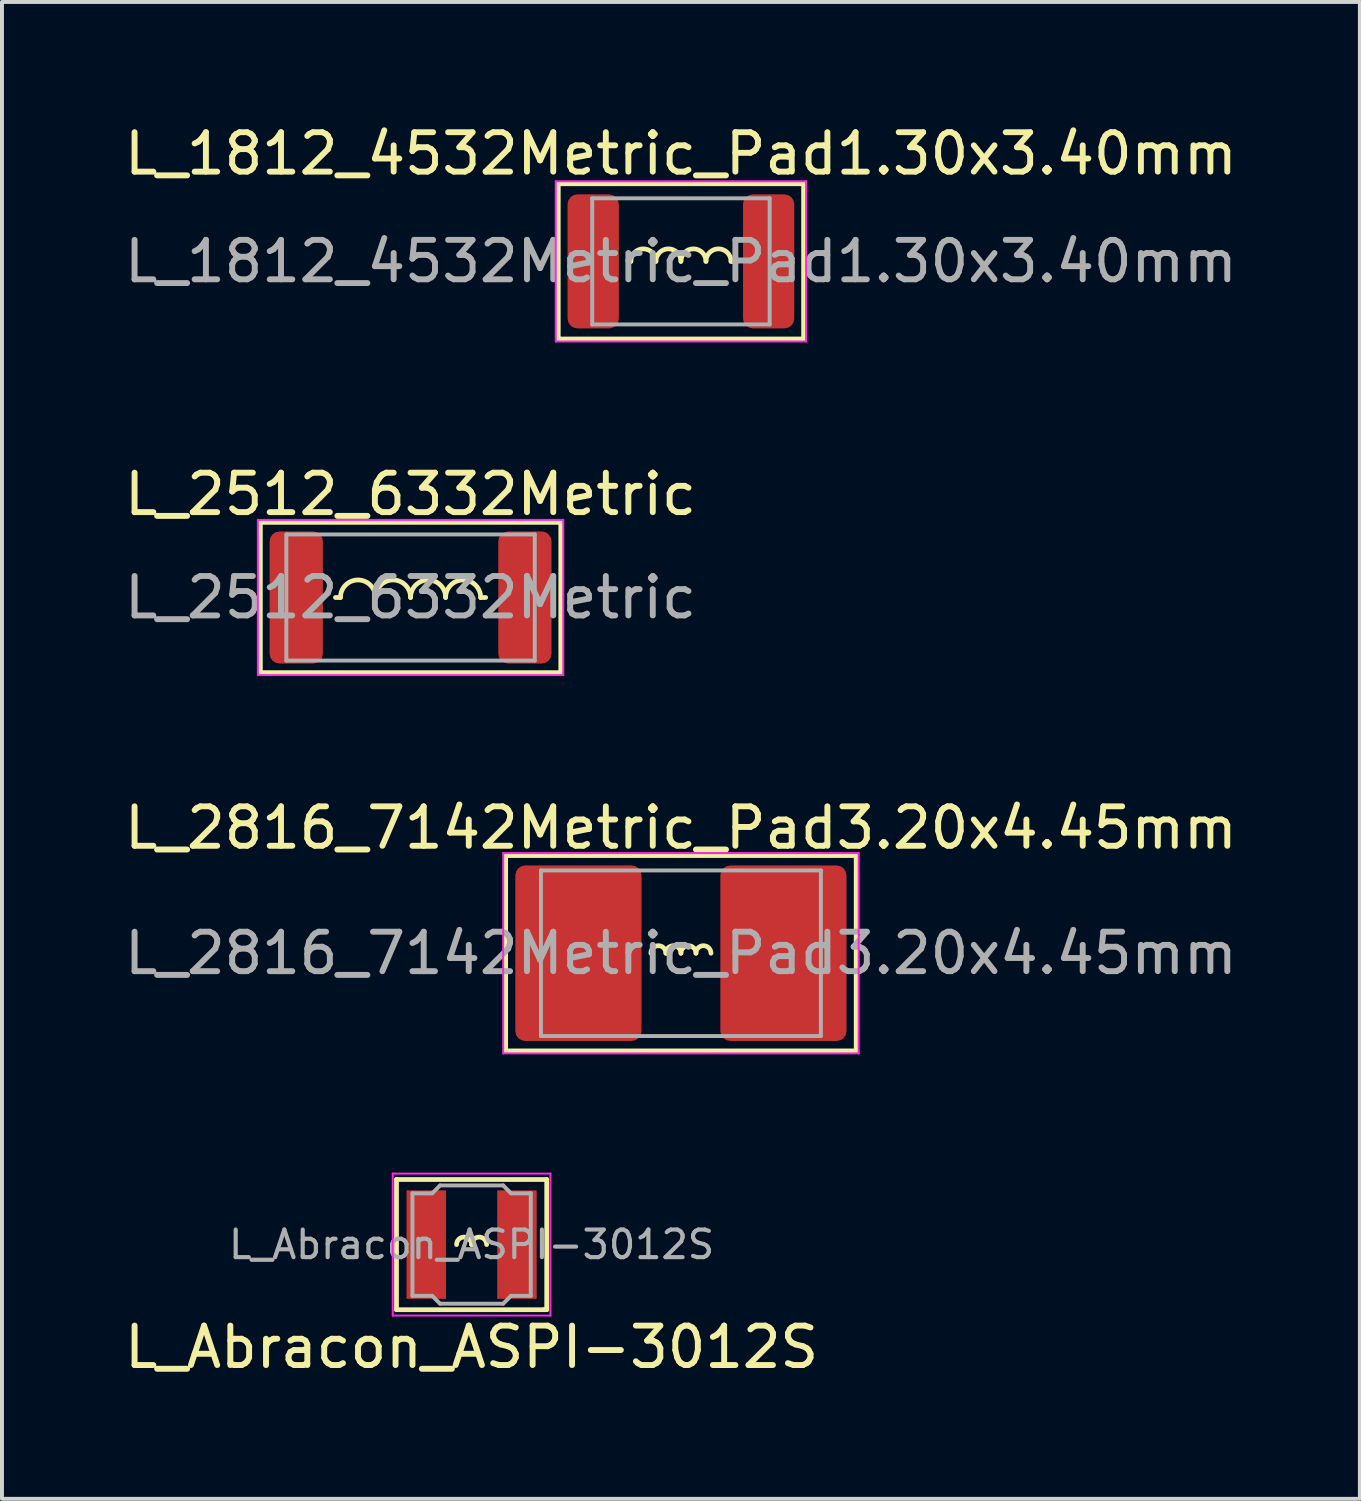
<source format=kicad_pcb>
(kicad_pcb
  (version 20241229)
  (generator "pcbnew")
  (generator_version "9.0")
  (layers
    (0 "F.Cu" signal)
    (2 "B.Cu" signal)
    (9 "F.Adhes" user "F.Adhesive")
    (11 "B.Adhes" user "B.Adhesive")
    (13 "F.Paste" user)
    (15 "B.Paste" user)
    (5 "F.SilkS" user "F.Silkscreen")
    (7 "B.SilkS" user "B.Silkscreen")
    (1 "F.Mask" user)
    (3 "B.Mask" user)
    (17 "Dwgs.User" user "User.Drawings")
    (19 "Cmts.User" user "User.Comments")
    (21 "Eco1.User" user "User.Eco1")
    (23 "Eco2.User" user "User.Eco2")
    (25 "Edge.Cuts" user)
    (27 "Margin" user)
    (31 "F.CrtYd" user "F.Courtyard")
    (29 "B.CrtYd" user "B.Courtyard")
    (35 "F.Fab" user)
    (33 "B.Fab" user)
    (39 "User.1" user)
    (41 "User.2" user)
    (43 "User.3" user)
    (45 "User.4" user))
  (footprint "L_1812_4532Metric_Pad1.30x3.40mm"
    (layer "F.Cu")
    (at 14.22 3.579)
    (property "Reference" "L_1812_4532Metric_Pad1.30x3.40mm" (at 0 -2.731 0) (layer "F.SilkS") (effects (font (size 1 1) (thickness 0.15))))
    (attr smd)
    (fp_line (start -3.111 -1.968) (end 3.111 -1.968) (stroke (width 0.12) (type solid)) (layer "F.SilkS"))
    (fp_line (start -3.111 1.968) (end -3.111 -1.968) (stroke (width 0.12) (type solid)) (layer "F.SilkS"))
    (fp_line (start -1.333 0) (end -1.27 0) (stroke (width 0.12) (type solid)) (layer "F.SilkS"))
    (fp_line (start 1.333 0) (end 1.27 0) (stroke (width 0.12) (type solid)) (layer "F.SilkS"))
    (fp_line (start 3.111 -1.968) (end 3.111 1.968) (stroke (width 0.12) (type solid)) (layer "F.SilkS"))
    (fp_line (start 3.111 1.968) (end -3.111 1.968) (stroke (width 0.12) (type solid)) (layer "F.SilkS"))
    (fp_arc (start -1.27 0) (mid -0.9525 -0.3175) (end -0.635 0) (stroke (width 0.12) (type solid)) (layer "F.SilkS"))
    (fp_arc (start -0.635 0) (mid -0.3175 -0.3175) (end 0 0) (stroke (width 0.12) (type solid)) (layer "F.SilkS"))
    (fp_arc (start 0 0) (mid 0.3175 -0.3175) (end 0.635 0) (stroke (width 0.12) (type solid)) (layer "F.SilkS"))
    (fp_arc (start 0.635 0) (mid 0.9525 -0.3175) (end 1.27 0) (stroke (width 0.12) (type solid)) (layer "F.SilkS"))
    (fp_line (start -3.175 -2.032) (end 3.175 -2.032) (stroke (width 0.05) (type solid)) (layer "F.CrtYd"))
    (fp_line (start -3.175 2.032) (end -3.175 -2.032) (stroke (width 0.05) (type solid)) (layer "F.CrtYd"))
    (fp_line (start 3.175 -2.032) (end 3.175 2.032) (stroke (width 0.05) (type solid)) (layer "F.CrtYd"))
    (fp_line (start 3.175 2.032) (end -3.175 2.032) (stroke (width 0.05) (type solid)) (layer "F.CrtYd"))
    (fp_line (start -2.25 -1.6) (end 2.25 -1.6) (stroke (width 0.1) (type solid)) (layer "F.Fab"))
    (fp_line (start -2.25 1.6) (end -2.25 -1.6) (stroke (width 0.1) (type solid)) (layer "F.Fab"))
    (fp_line (start 2.25 -1.6) (end 2.25 1.6) (stroke (width 0.1) (type solid)) (layer "F.Fab"))
    (fp_line (start 2.25 1.6) (end -2.25 1.6) (stroke (width 0.1) (type solid)) (layer "F.Fab"))
    (fp_text user "${REFERENCE}" (at 0 0 0) (layer "F.Fab") (effects (font (size 1 1) (thickness 0.15))))
    (pad "1" smd roundrect (at -2.225 0) (size 1.3 3.4) (layers "F.Cu" "F.Mask" "F.Paste") (roundrect_rratio 0.192))
    (pad "2" smd roundrect (at 2.225 0) (size 1.3 3.4) (layers "F.Cu" "F.Mask" "F.Paste") (roundrect_rratio 0.192)))
  (footprint "L_Abracon_ASPI-3012S"
    (layer "F.Cu")
    (at 8.911 28.516)
    (property "Reference" "L_Abracon_ASPI-3012S" (at 0 2.6 0) (layer "F.SilkS") (effects (font (size 1 1) (thickness 0.15))))
    (attr smd)
    (fp_line (start -1.905 -1.651) (end -1.905 1.651) (stroke (width 0.12) (type solid)) (layer "F.SilkS"))
    (fp_line (start -1.905 1.651) (end 1.841 1.651) (stroke (width 0.12) (type solid)) (layer "F.SilkS"))
    (fp_line (start 1.841 1.651) (end 1.905 1.651) (stroke (width 0.12) (type solid)) (layer "F.SilkS"))
    (fp_line (start 1.905 -1.651) (end -1.905 -1.651) (stroke (width 0.12) (type solid)) (layer "F.SilkS"))
    (fp_line (start 1.905 1.651) (end 1.905 -1.651) (stroke (width 0.12) (type solid)) (layer "F.SilkS"))
    (fp_arc (start -0.381 0) (mid -0.1905 -0.1905) (end 0 0) (stroke (width 0.12) (type solid)) (layer "F.SilkS"))
    (fp_arc (start 0 0) (mid 0.1905 -0.1905) (end 0.381 0) (stroke (width 0.12) (type solid)) (layer "F.SilkS"))
    (fp_line (start -2 -1.8) (end -2 1.8) (stroke (width 0.05) (type solid)) (layer "F.CrtYd"))
    (fp_line (start -2 1.8) (end 2 1.8) (stroke (width 0.05) (type solid)) (layer "F.CrtYd"))
    (fp_line (start 2 -1.8) (end -2 -1.8) (stroke (width 0.05) (type solid)) (layer "F.CrtYd"))
    (fp_line (start 2 1.8) (end 2 -1.8) (stroke (width 0.05) (type solid)) (layer "F.CrtYd"))
    (fp_line (start -1.5 -1.3) (end -1.5 1.3) (stroke (width 0.1) (type solid)) (layer "F.Fab"))
    (fp_line (start -1.5 1.3) (end -1 1.3) (stroke (width 0.1) (type solid)) (layer "F.Fab"))
    (fp_line (start -1 -1.3) (end -1.5 -1.3) (stroke (width 0.1) (type solid)) (layer "F.Fab"))
    (fp_line (start -1 1.3) (end -0.8 1.5) (stroke (width 0.1) (type solid)) (layer "F.Fab"))
    (fp_line (start -0.8 -1.5) (end -1 -1.3) (stroke (width 0.1) (type solid)) (layer "F.Fab"))
    (fp_line (start -0.8 1.5) (end 0.8 1.5) (stroke (width 0.1) (type solid)) (layer "F.Fab"))
    (fp_line (start 0.8 -1.5) (end -0.8 -1.5) (stroke (width 0.1) (type solid)) (layer "F.Fab"))
    (fp_line (start 0.8 1.5) (end 1 1.3) (stroke (width 0.1) (type solid)) (layer "F.Fab"))
    (fp_line (start 1 -1.3) (end 0.8 -1.5) (stroke (width 0.1) (type solid)) (layer "F.Fab"))
    (fp_line (start 1 1.3) (end 1.5 1.3) (stroke (width 0.1) (type solid)) (layer "F.Fab"))
    (fp_line (start 1.5 -1.3) (end 1 -1.3) (stroke (width 0.1) (type solid)) (layer "F.Fab"))
    (fp_line (start 1.5 1.3) (end 1.5 -1.3) (stroke (width 0.1) (type solid)) (layer "F.Fab"))
    (fp_text user "${REFERENCE}" (at 0 0 0) (layer "F.Fab") (effects (font (size 0.7 0.7) (thickness 0.105))))
    (pad "1" smd rect (at -1.15 0) (size 1 2.75) (layers "F.Cu" "F.Mask" "F.Paste"))
    (pad "2" smd rect (at 1.15 0) (size 1 2.75) (layers "F.Cu" "F.Mask" "F.Paste")))
  (footprint "L_2816_7142Metric_Pad3.20x4.45mm"
    (layer "F.Cu")
    (at 14.22 21.126)
    (property "Reference" "L_2816_7142Metric_Pad3.20x4.45mm" (at 0 -3.18 0) (layer "F.SilkS") (effects (font (size 1 1) (thickness 0.15))))
    (attr smd)
    (fp_line (start -4.445 -2.477) (end 4.445 -2.477) (stroke (width 0.12) (type solid)) (layer "F.SilkS"))
    (fp_line (start -4.445 2.477) (end -4.445 -2.477) (stroke (width 0.12) (type solid)) (layer "F.SilkS"))
    (fp_line (start 4.445 -2.477) (end 4.445 2.477) (stroke (width 0.12) (type solid)) (layer "F.SilkS"))
    (fp_line (start 4.445 2.477) (end -4.445 2.477) (stroke (width 0.12) (type solid)) (layer "F.SilkS"))
    (fp_arc (start -0.762 0) (mid -0.5715 -0.1905) (end -0.381 0) (stroke (width 0.12) (type solid)) (layer "F.SilkS"))
    (fp_arc (start -0.381 0) (mid -0.1905 -0.1905) (end 0 0) (stroke (width 0.12) (type solid)) (layer "F.SilkS"))
    (fp_arc (start 0 0) (mid 0.1905 -0.1905) (end 0.381 0) (stroke (width 0.12) (type solid)) (layer "F.SilkS"))
    (fp_arc (start 0.381 0) (mid 0.5715 -0.1905) (end 0.762 0) (stroke (width 0.12) (type solid)) (layer "F.SilkS"))
    (fp_line (start -4.508 -2.54) (end 4.508 -2.54) (stroke (width 0.05) (type solid)) (layer "F.CrtYd"))
    (fp_line (start -4.508 2.54) (end -4.508 -2.54) (stroke (width 0.05) (type solid)) (layer "F.CrtYd"))
    (fp_line (start 4.508 -2.54) (end 4.508 2.54) (stroke (width 0.05) (type solid)) (layer "F.CrtYd"))
    (fp_line (start 4.508 2.54) (end -4.508 2.54) (stroke (width 0.05) (type solid)) (layer "F.CrtYd"))
    (fp_line (start -3.55 -2.1) (end 3.55 -2.1) (stroke (width 0.1) (type solid)) (layer "F.Fab"))
    (fp_line (start -3.55 2.1) (end -3.55 -2.1) (stroke (width 0.1) (type solid)) (layer "F.Fab"))
    (fp_line (start 3.55 -2.1) (end 3.55 2.1) (stroke (width 0.1) (type solid)) (layer "F.Fab"))
    (fp_line (start 3.55 2.1) (end -3.55 2.1) (stroke (width 0.1) (type solid)) (layer "F.Fab"))
    (fp_text user "${REFERENCE}" (at 0 0 0) (layer "F.Fab") (effects (font (size 1 1) (thickness 0.15))))
    (pad "1" smd roundrect (at -2.6 0) (size 3.2 4.45) (layers "F.Cu" "F.Mask" "F.Paste") (roundrect_rratio 0.078))
    (pad "2" smd roundrect (at 2.6 0) (size 3.2 4.45) (layers "F.Cu" "F.Mask" "F.Paste") (roundrect_rratio 0.078)))
  (footprint "L_2512_6332Metric"
    (layer "F.Cu")
    (at 7.363 12.104)
    (property "Reference" "L_2512_6332Metric" (at 0 -2.62 0) (layer "F.SilkS") (effects (font (size 1 1) (thickness 0.15))))
    (attr smd)
    (fp_line (start -3.81 -1.905) (end 3.81 -1.905) (stroke (width 0.12) (type solid)) (layer "F.SilkS"))
    (fp_line (start -3.81 1.905) (end -3.81 -1.905) (stroke (width 0.12) (type solid)) (layer "F.SilkS"))
    (fp_line (start -1.905 0) (end -1.778 0) (stroke (width 0.12) (type solid)) (layer "F.SilkS"))
    (fp_line (start 1.778 0) (end 1.905 0) (stroke (width 0.12) (type solid)) (layer "F.SilkS"))
    (fp_line (start 3.81 -1.905) (end 3.81 1.905) (stroke (width 0.12) (type solid)) (layer "F.SilkS"))
    (fp_line (start 3.81 1.905) (end -3.81 1.905) (stroke (width 0.12) (type solid)) (layer "F.SilkS"))
    (fp_arc (start -1.778 0) (mid -1.3335 -0.4445) (end -0.889 0) (stroke (width 0.12) (type solid)) (layer "F.SilkS"))
    (fp_arc (start -0.889 0) (mid -0.4445 -0.4445) (end 0 0) (stroke (width 0.12) (type solid)) (layer "F.SilkS"))
    (fp_arc (start 0 0) (mid 0.4445 -0.4445) (end 0.889 0) (stroke (width 0.12) (type solid)) (layer "F.SilkS"))
    (fp_arc (start 0.889 0) (mid 1.3335 -0.4445) (end 1.778 0) (stroke (width 0.12) (type solid)) (layer "F.SilkS"))
    (fp_line (start -3.873 -1.968) (end 3.873 -1.968) (stroke (width 0.05) (type solid)) (layer "F.CrtYd"))
    (fp_line (start -3.873 1.968) (end -3.873 -1.968) (stroke (width 0.05) (type solid)) (layer "F.CrtYd"))
    (fp_line (start 3.873 -1.968) (end 3.873 1.968) (stroke (width 0.05) (type solid)) (layer "F.CrtYd"))
    (fp_line (start 3.873 1.968) (end -3.873 1.968) (stroke (width 0.05) (type solid)) (layer "F.CrtYd"))
    (fp_line (start -3.15 -1.6) (end 3.15 -1.6) (stroke (width 0.1) (type solid)) (layer "F.Fab"))
    (fp_line (start -3.15 1.6) (end -3.15 -1.6) (stroke (width 0.1) (type solid)) (layer "F.Fab"))
    (fp_line (start 3.15 -1.6) (end 3.15 1.6) (stroke (width 0.1) (type solid)) (layer "F.Fab"))
    (fp_line (start 3.15 1.6) (end -3.15 1.6) (stroke (width 0.1) (type solid)) (layer "F.Fab"))
    (fp_text user "${REFERENCE}" (at 0 0 0) (layer "F.Fab") (effects (font (size 1 1) (thickness 0.15))))
    (pad "1" smd roundrect (at -2.9 0) (size 1.35 3.35) (layers "F.Cu" "F.Mask" "F.Paste") (roundrect_rratio 0.185))
    (pad "2" smd roundrect (at 2.9 0) (size 1.35 3.35) (layers "F.Cu" "F.Mask" "F.Paste") (roundrect_rratio 0.185)))
  (gr_rect
    (start -3 -3)
    (end 31.44 34.964)
    (stroke (width 0.1) (type default))
    (fill no)
    (layer "Edge.Cuts")))
</source>
